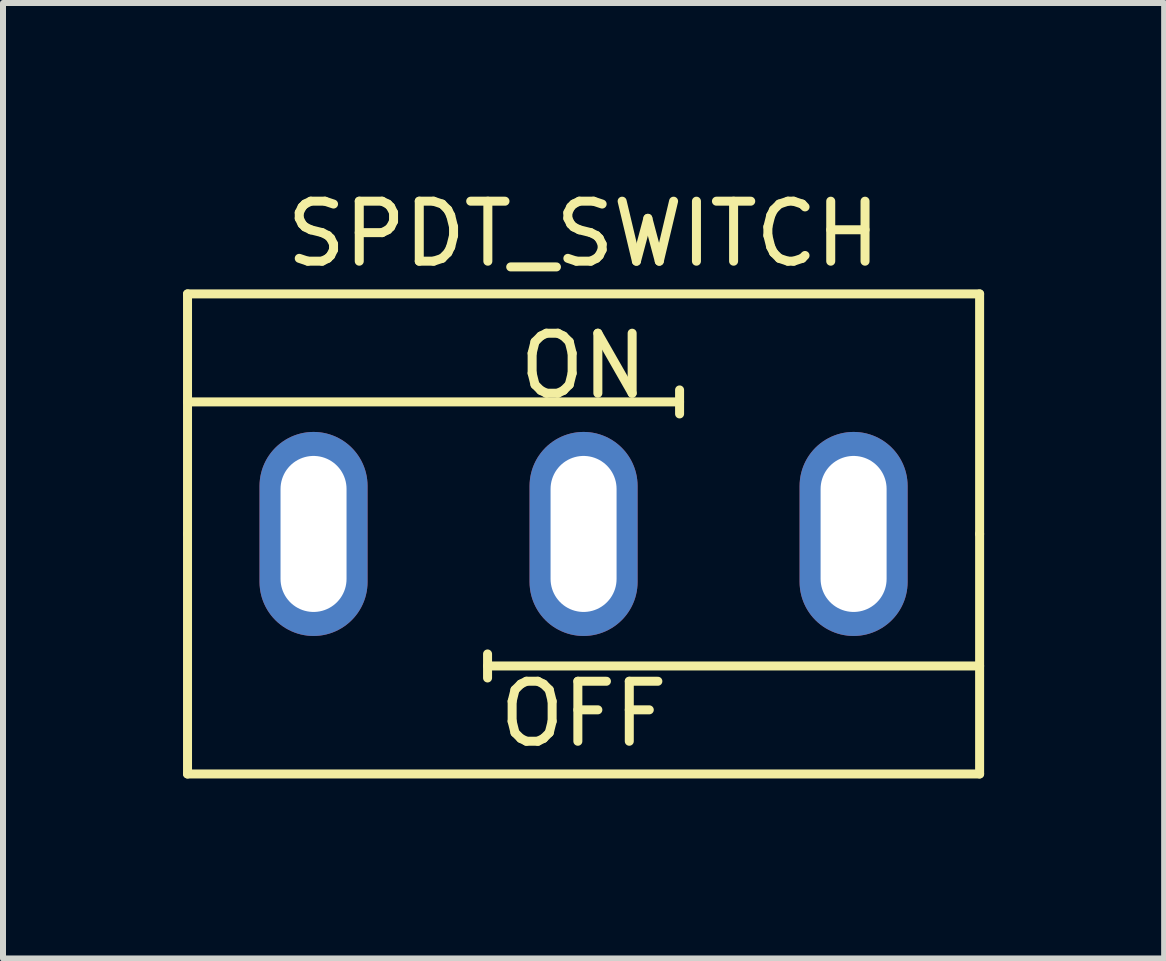
<source format=kicad_pcb>
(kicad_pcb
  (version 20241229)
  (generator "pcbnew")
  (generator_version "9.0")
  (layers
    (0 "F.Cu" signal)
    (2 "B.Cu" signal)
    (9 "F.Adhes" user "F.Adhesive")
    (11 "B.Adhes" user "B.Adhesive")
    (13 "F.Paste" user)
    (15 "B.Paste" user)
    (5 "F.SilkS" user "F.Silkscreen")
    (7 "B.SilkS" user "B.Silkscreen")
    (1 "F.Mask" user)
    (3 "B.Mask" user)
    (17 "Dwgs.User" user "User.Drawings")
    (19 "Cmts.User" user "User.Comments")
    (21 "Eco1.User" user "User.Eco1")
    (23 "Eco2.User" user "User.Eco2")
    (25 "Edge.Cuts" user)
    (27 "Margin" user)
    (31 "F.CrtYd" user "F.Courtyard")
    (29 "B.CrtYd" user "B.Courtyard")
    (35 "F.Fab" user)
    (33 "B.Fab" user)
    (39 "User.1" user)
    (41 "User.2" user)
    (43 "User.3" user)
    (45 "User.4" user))
  (footprint "SPDT_SWITCH"
    (layer "F.Cu")
    (at 6.675 5.848)
    (property "Reference" "SPDT_SWITCH" (at 0 -5 0) (layer "F.SilkS") (effects (font (size 1 1) (thickness 0.15))))
    (attr through_hole)
    (fp_line (start -6.6 -4) (end 6.6 -4) (stroke (width 0.15) (type solid)) (layer "F.SilkS"))
    (fp_line (start -6.6 -2.2) (end 1.6 -2.2) (stroke (width 0.15) (type solid)) (layer "F.SilkS"))
    (fp_line (start -6.6 0) (end -6.6 -4) (stroke (width 0.15) (type solid)) (layer "F.SilkS"))
    (fp_line (start -6.6 4) (end -6.6 0) (stroke (width 0.15) (type solid)) (layer "F.SilkS"))
    (fp_line (start -6.6 4) (end 6.6 4) (stroke (width 0.15) (type solid)) (layer "F.SilkS"))
    (fp_line (start -1.6 2) (end -1.6 2.4) (stroke (width 0.15) (type solid)) (layer "F.SilkS"))
    (fp_line (start -1.6 2.2) (end 6.6 2.2) (stroke (width 0.15) (type solid)) (layer "F.SilkS"))
    (fp_line (start 1.6 -2.4) (end 1.6 -2) (stroke (width 0.15) (type solid)) (layer "F.SilkS"))
    (fp_line (start 6.6 0) (end 6.6 -4) (stroke (width 0.15) (type solid)) (layer "F.SilkS"))
    (fp_line (start 6.6 4) (end 6.6 0) (stroke (width 0.15) (type solid)) (layer "F.SilkS"))
    (fp_text user "OFF" (at 0 3 0) (layer "F.SilkS") (effects (font (size 1 1) (thickness 0.15))))
    (fp_text user "ON" (at 0 -2.8 0) (layer "F.SilkS") (effects (font (size 1 1) (thickness 0.15))))
    (pad "1" thru_hole oval (at -4.5 0) (size 1.8 3.4) (drill oval 1.1 2.6) (layers "*.Cu" "*.Mask"))
    (pad "2" thru_hole oval (at 0 0) (size 1.8 3.4) (drill oval 1.1 2.6) (layers "*.Cu" "*.Mask"))
    (pad "3" thru_hole oval (at 4.5 0) (size 1.8 3.4) (drill oval 1.1 2.6) (layers "*.Cu" "*.Mask")))
  (gr_rect
    (start -3 -3)
    (end 16.35 12.923)
    (stroke (width 0.1) (type default))
    (fill no)
    (layer "Edge.Cuts")))
</source>
